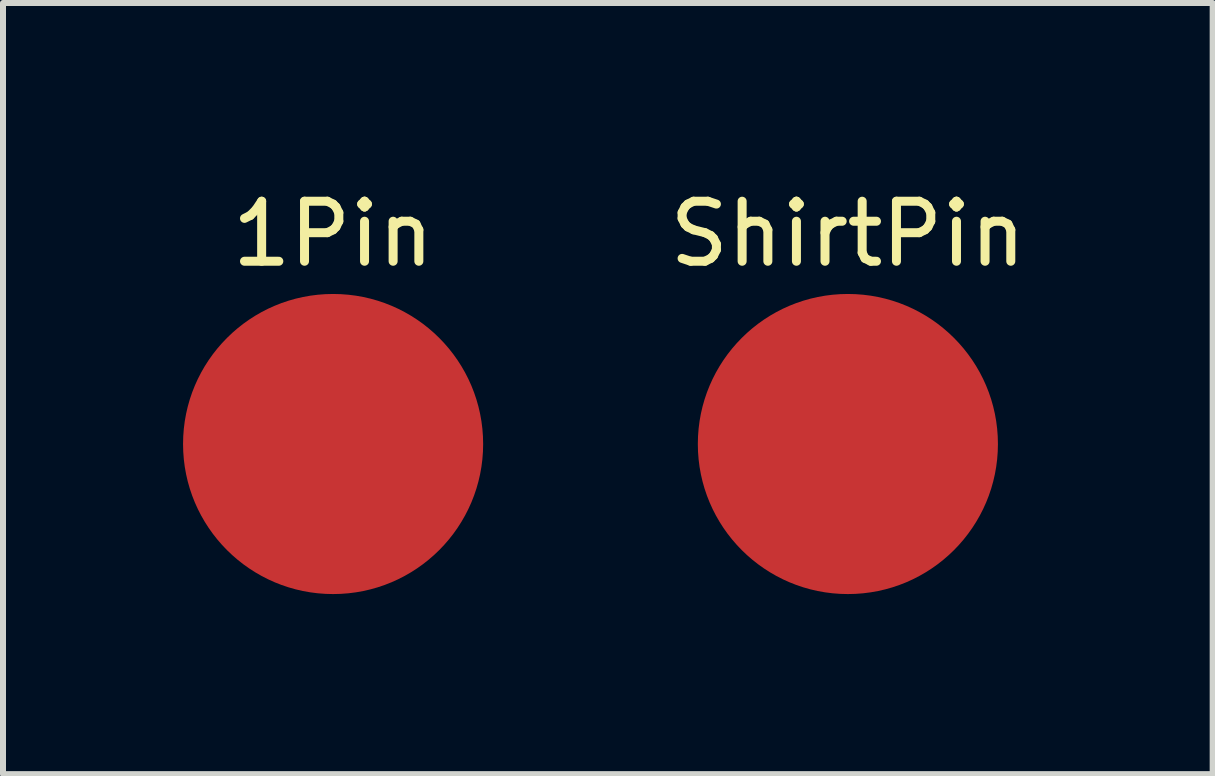
<source format=kicad_pcb>
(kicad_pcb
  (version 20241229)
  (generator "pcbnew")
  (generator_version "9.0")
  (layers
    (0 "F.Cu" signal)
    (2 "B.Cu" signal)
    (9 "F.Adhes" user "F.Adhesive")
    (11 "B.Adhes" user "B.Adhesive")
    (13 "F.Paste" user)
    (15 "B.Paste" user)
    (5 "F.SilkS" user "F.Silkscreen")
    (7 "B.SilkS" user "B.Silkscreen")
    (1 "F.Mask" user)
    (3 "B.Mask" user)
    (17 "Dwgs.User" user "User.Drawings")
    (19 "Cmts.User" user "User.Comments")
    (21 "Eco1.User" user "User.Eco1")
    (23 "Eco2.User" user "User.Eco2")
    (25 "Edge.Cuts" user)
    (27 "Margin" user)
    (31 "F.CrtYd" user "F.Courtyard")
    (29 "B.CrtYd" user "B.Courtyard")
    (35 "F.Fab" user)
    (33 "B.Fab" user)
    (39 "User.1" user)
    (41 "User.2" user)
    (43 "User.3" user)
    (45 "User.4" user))
  (footprint "ShirtPin"
    (layer "F.Cu")
    (at 11.077 4.348)
    (property "Reference" "ShirtPin" (at 0 -3.5 0) (layer "F.SilkS") (effects (font (size 1 1) (thickness 0.15))))
    (attr through_hole)
    (pad "1" smd circle (at 0 0) (size 5 5) (layers "F.Cu" "F.Mask")))
  (footprint "1Pin"
    (layer "F.Cu")
    (at 2.5 4.348)
    (property "Reference" "1Pin" (at 0 -3.5 0) (layer "F.SilkS") (effects (font (size 1 1) (thickness 0.15))))
    (attr through_hole)
    (pad "1" smd circle (at 0 0) (size 5 5) (layers "F.Cu")))
  (gr_rect
    (start -3 -3)
    (end 17.155 9.848)
    (stroke (width 0.1) (type default))
    (fill no)
    (layer "Edge.Cuts")))
</source>
